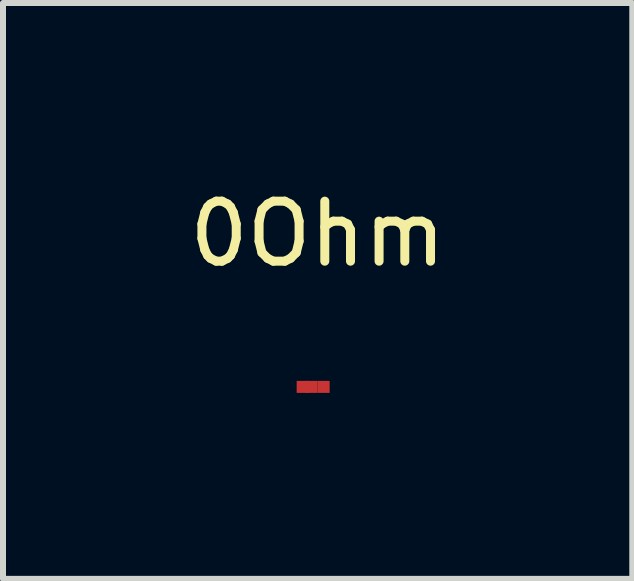
<source format=kicad_pcb>
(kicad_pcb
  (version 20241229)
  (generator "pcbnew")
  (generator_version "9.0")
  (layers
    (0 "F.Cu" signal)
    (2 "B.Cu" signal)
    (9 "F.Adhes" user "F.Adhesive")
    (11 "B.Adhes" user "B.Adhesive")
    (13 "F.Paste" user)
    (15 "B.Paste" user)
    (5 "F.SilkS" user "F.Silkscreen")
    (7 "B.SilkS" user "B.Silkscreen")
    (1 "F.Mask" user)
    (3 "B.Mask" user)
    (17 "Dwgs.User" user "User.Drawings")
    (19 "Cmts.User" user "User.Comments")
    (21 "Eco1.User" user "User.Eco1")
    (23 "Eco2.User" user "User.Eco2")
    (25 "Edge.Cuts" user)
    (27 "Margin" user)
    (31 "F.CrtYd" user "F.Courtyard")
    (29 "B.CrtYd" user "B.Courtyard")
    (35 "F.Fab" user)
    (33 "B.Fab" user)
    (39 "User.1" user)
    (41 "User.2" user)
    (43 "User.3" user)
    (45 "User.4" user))
  (footprint "0Ohm"
    (layer "F.Cu")
    (at 2.244 3.348)
    (property "Reference" "0Ohm" (at 0 -2.5 0) (layer "F.SilkS") (effects (font (size 1 1) (thickness 0.15))))
    (attr through_hole)
    (pad "" smd rect (at -0.1 0.05) (size 0.2 0.2) (layers "F.Cu" "F.Mask" "F.Paste"))
    (pad "1" smd rect (at -0.25 0.05) (size 0.2 0.2) (layers "F.Cu" "F.Mask" "F.Paste"))
    (pad "2" smd rect (at 0.1 0.05) (size 0.2 0.2) (layers "F.Cu" "F.Mask" "F.Paste")))
  (gr_rect
    (start -3 -3)
    (end 7.488 6.598)
    (stroke (width 0.1) (type default))
    (fill no)
    (layer "Edge.Cuts")))
</source>
